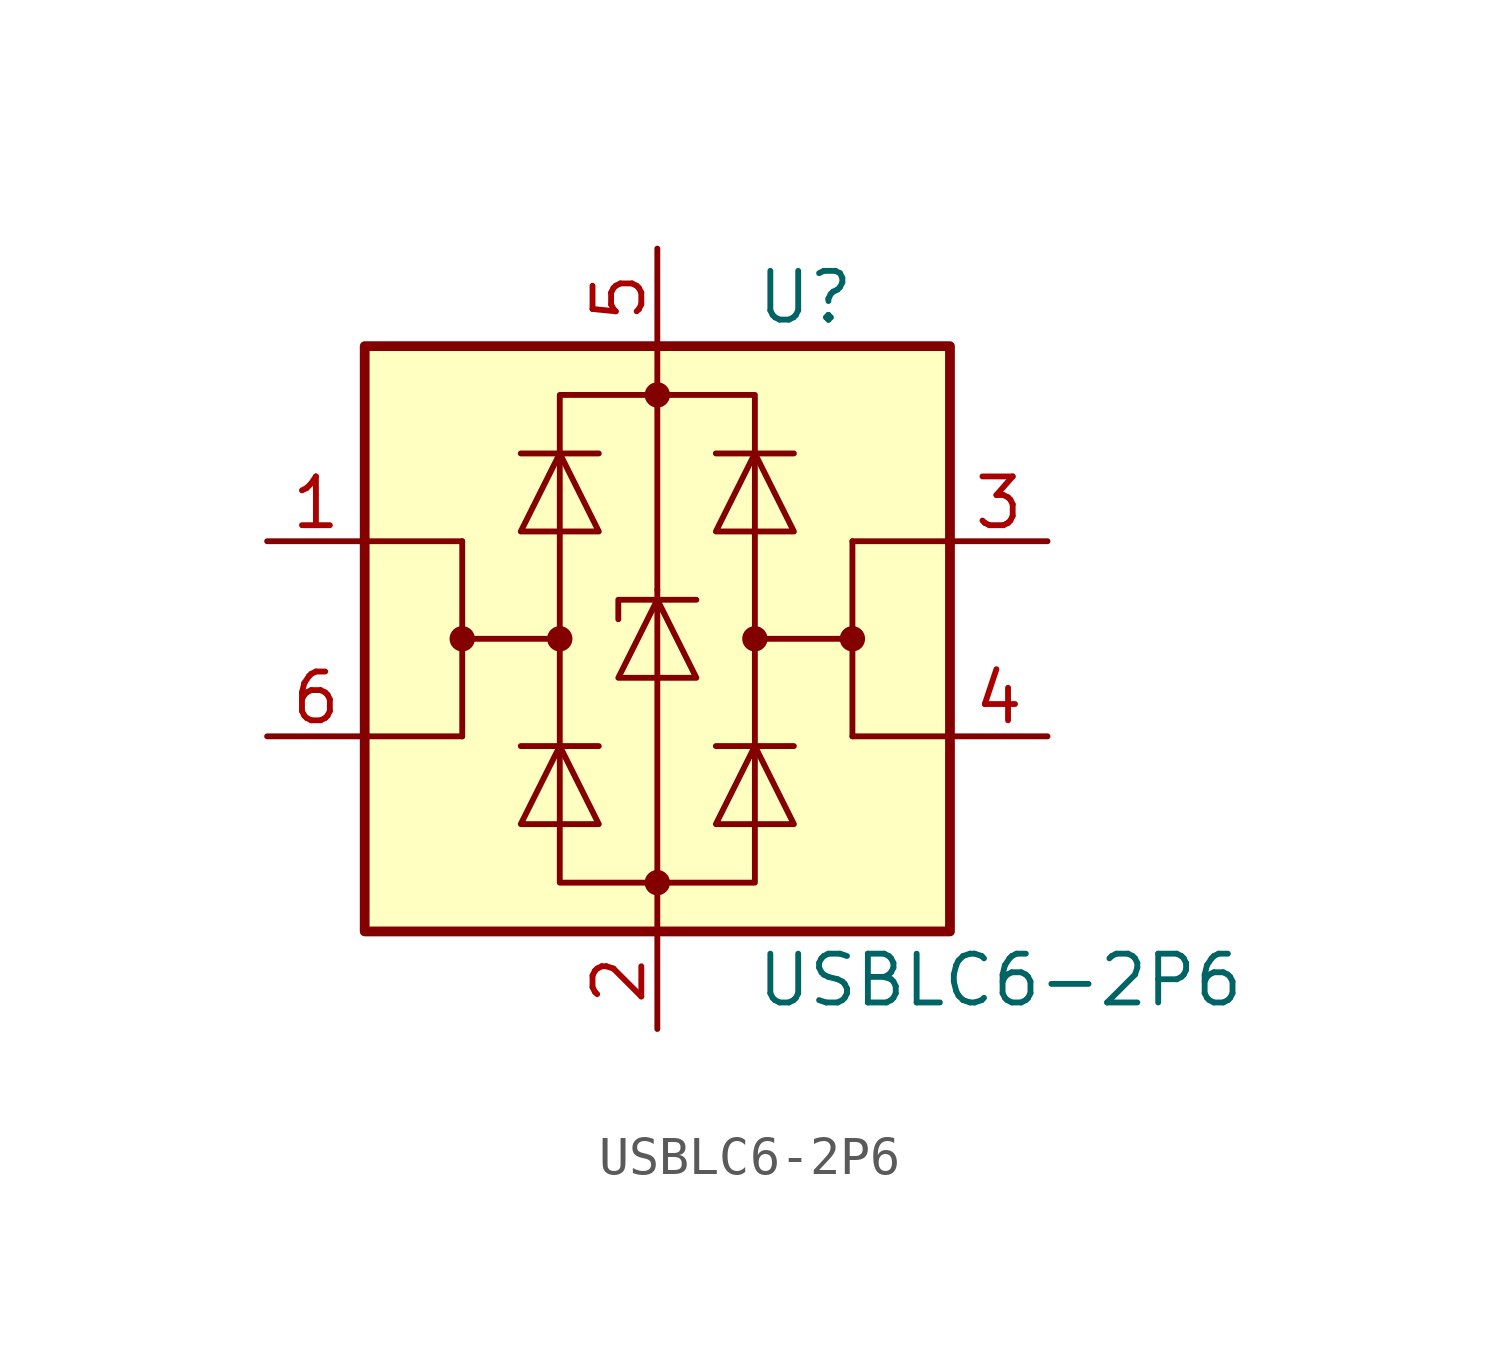
<source format=kicad_sym>
(kicad_symbol_lib
  (version 20220914)
  (generator kicad_symbol_editor)
  (symbol "USBLC6-2P6"
    (pin_names hide)
    (property "Reference" "U"
      (at 2.54 8.89 0)
      (effects (font (size 1.27 1.27)) (justify left)))
    (property "Value" "USBLC6-2P6"
      (at 2.54 -8.89 0)
      (effects (font (size 1.27 1.27)) (justify left)))
    (symbol "USBLC6-2P6_0_1"
      (rectangle (start -7.62 -7.62) (end 7.62 7.62) (stroke (width 0.254) (type default)) (fill (type background)))
      (circle (center -5.08 0) (radius 0.254) (stroke (width 0) (type default)) (fill (type outline)))
      (circle (center -2.54 0) (radius 0.254) (stroke (width 0) (type default)) (fill (type outline)))
      (rectangle (start -2.54 6.35) (end 2.54 -6.35) (stroke (width 0) (type default)) (fill (type none)))
      (circle (center 0 -6.35) (radius 0.254) (stroke (width 0) (type default)) (fill (type outline)))
      (polyline (pts (xy -5.08 -2.54) (xy -7.62 -2.54)) (stroke (width 0) (type default)) (fill (type none)))
      (polyline (pts (xy -5.08 0) (xy -5.08 -2.54)) (stroke (width 0) (type default)) (fill (type none)))
      (polyline (pts (xy -5.08 2.54) (xy -7.62 2.54)) (stroke (width 0) (type default)) (fill (type none)))
      (polyline (pts (xy -1.524 -2.794) (xy -3.556 -2.794)) (stroke (width 0) (type default)) (fill (type none)))
      (polyline (pts (xy -1.524 4.826) (xy -3.556 4.826)) (stroke (width 0) (type default)) (fill (type none)))
      (polyline (pts (xy 0 -7.62) (xy 0 -6.35)) (stroke (width 0) (type default)) (fill (type none)))
      (polyline (pts (xy 0 -6.35) (xy 0 1.27)) (stroke (width 0) (type default)) (fill (type none)))
      (polyline (pts (xy 0 1.27) (xy 0 6.35)) (stroke (width 0) (type default)) (fill (type none)))
      (polyline (pts (xy 0 6.35) (xy 0 7.62)) (stroke (width 0) (type default)) (fill (type none)))
      (polyline (pts (xy 1.524 -2.794) (xy 3.556 -2.794)) (stroke (width 0) (type default)) (fill (type none)))
      (polyline (pts (xy 1.524 4.826) (xy 3.556 4.826)) (stroke (width 0) (type default)) (fill (type none)))
      (polyline (pts (xy 5.08 -2.54) (xy 7.62 -2.54)) (stroke (width 0) (type default)) (fill (type none)))
      (polyline (pts (xy 5.08 0) (xy 5.08 -2.54)) (stroke (width 0) (type default)) (fill (type none)))
      (polyline (pts (xy 5.08 2.54) (xy 7.62 2.54)) (stroke (width 0) (type default)) (fill (type none)))
      (polyline (pts (xy -2.54 0) (xy -5.08 0) (xy -5.08 2.54)) (stroke (width 0) (type default)) (fill (type none)))
      (polyline (pts (xy 2.54 0) (xy 5.08 0) (xy 5.08 2.54)) (stroke (width 0) (type default)) (fill (type none)))
      (polyline (pts (xy -3.556 -4.826) (xy -1.524 -4.826) (xy -2.54 -2.794) (xy -3.556 -4.826)) (stroke (width 0) (type default)) (fill (type none)))
      (polyline (pts (xy -3.556 2.794) (xy -1.524 2.794) (xy -2.54 4.826) (xy -3.556 2.794)) (stroke (width 0) (type default)) (fill (type none)))
      (polyline (pts (xy -1.016 -1.016) (xy 1.016 -1.016) (xy 0 1.016) (xy -1.016 -1.016)) (stroke (width 0) (type default)) (fill (type none)))
      (polyline (pts (xy 1.016 1.016) (xy 0.762 1.016) (xy -1.016 1.016) (xy -1.016 0.508)) (stroke (width 0) (type default)) (fill (type none)))
      (polyline (pts (xy 3.556 -4.826) (xy 1.524 -4.826) (xy 2.54 -2.794) (xy 3.556 -4.826)) (stroke (width 0) (type default)) (fill (type none)))
      (polyline (pts (xy 3.556 2.794) (xy 1.524 2.794) (xy 2.54 4.826) (xy 3.556 2.794)) (stroke (width 0) (type default)) (fill (type none)))
      (circle (center 0 6.35) (radius 0.254) (stroke (width 0) (type default)) (fill (type outline)))
      (circle (center 2.54 0) (radius 0.254) (stroke (width 0) (type default)) (fill (type outline)))
      (circle (center 5.08 0) (radius 0.254) (stroke (width 0) (type default)) (fill (type outline))))
    (symbol "USBLC6-2P6_1_1"
      (pin passive line (at -10.16 2.54 0) (length 2.54) (name "I/O1" (effects (font (size 1.27 1.27)))) (number "1" (effects (font (size 1.27 1.27)))))
      (pin passive line (at 0 -10.16 90) (length 2.54) (name "GND" (effects (font (size 1.27 1.27)))) (number "2" (effects (font (size 1.27 1.27)))))
      (pin passive line (at 10.16 2.54 180) (length 2.54) (name "I/O2" (effects (font (size 1.27 1.27)))) (number "3" (effects (font (size 1.27 1.27)))))
      (pin passive line (at 10.16 -2.54 180) (length 2.54) (name "I/O2" (effects (font (size 1.27 1.27)))) (number "4" (effects (font (size 1.27 1.27)))))
      (pin passive line (at 0 10.16 270) (length 2.54) (name "VBUS" (effects (font (size 1.27 1.27)))) (number "5" (effects (font (size 1.27 1.27)))))
      (pin passive line (at -10.16 -2.54 0) (length 2.54) (name "I/O1" (effects (font (size 1.27 1.27)))) (number "6" (effects (font (size 1.27 1.27))))))))
</source>
